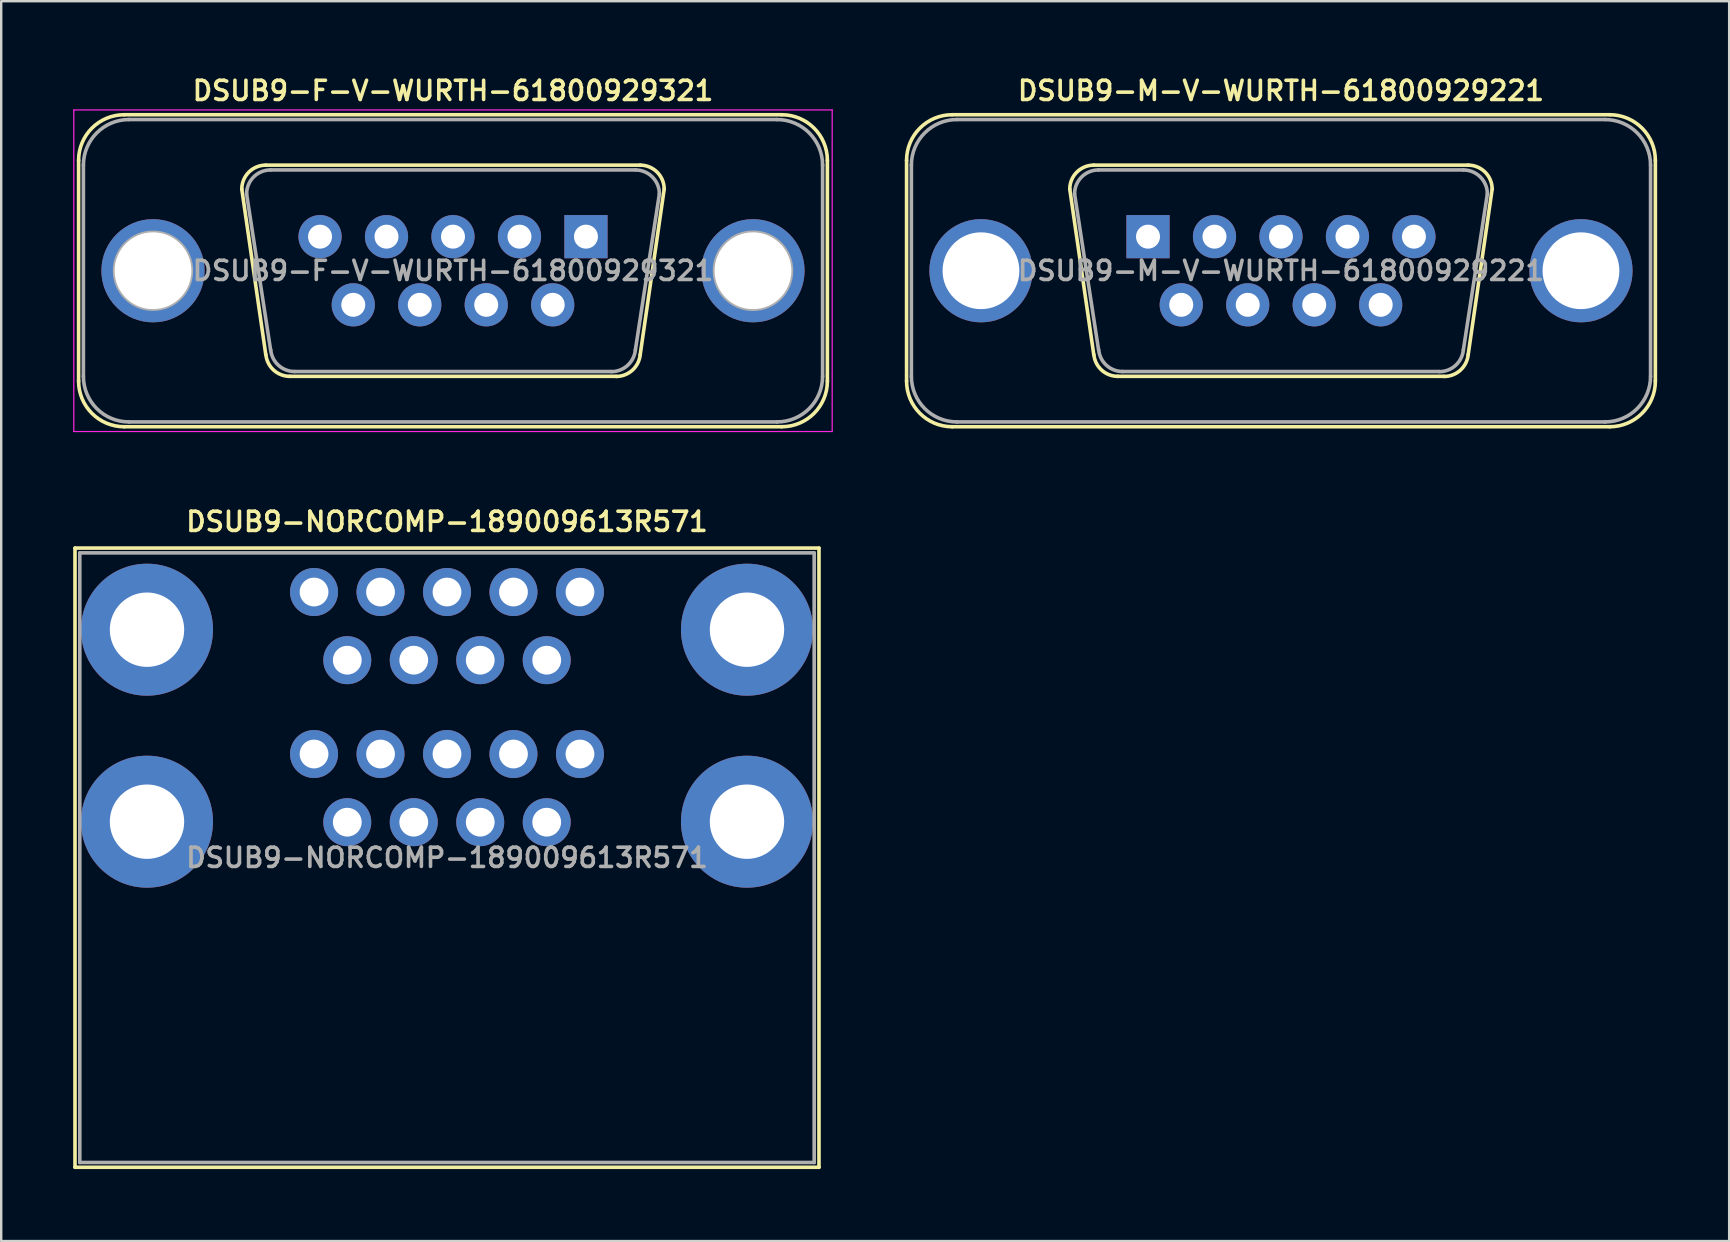
<source format=kicad_pcb>
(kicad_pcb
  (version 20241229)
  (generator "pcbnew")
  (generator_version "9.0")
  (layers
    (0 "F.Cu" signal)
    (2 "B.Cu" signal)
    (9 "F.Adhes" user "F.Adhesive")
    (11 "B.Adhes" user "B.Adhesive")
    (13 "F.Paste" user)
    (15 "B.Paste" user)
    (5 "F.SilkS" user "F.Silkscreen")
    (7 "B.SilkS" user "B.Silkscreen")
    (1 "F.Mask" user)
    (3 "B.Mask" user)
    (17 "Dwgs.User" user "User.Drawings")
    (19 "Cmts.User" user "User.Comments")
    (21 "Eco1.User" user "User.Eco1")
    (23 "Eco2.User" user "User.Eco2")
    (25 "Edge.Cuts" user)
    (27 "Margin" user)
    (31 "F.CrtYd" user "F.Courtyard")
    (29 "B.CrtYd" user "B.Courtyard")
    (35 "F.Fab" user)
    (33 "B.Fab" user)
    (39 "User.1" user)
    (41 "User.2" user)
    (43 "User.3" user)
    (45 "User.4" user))
  (footprint "DSUB9-NORCOMP-189009613R571"
    (layer "F.Cu")
    (at 15.575 32.688)
    (property "Reference" "DSUB9-NORCOMP-189009613R571" (at 0 -14 0) (layer "F.SilkS") (effects (font (size 0.8 0.8) (thickness 0.15))))
    (attr through_hole)
    (fp_line (start -15.5 -12.9) (end 15.5 -12.9) (stroke (width 0.15) (type solid)) (layer "F.SilkS"))
    (fp_line (start -15.5 12.9) (end -15.5 -12.9) (stroke (width 0.15) (type solid)) (layer "F.SilkS"))
    (fp_line (start 15.5 -12.9) (end 15.5 12.9) (stroke (width 0.15) (type solid)) (layer "F.SilkS"))
    (fp_line (start 15.5 12.9) (end -15.5 12.9) (stroke (width 0.15) (type solid)) (layer "F.SilkS"))
    (fp_line (start -15.3 -12.7) (end -15.3 12.7) (stroke (width 0.15) (type solid)) (layer "F.Fab"))
    (fp_line (start -15.3 12.7) (end 15.3 12.7) (stroke (width 0.15) (type solid)) (layer "F.Fab"))
    (fp_line (start 15.3 -12.7) (end -15.3 -12.7) (stroke (width 0.15) (type solid)) (layer "F.Fab"))
    (fp_line (start 15.3 12.7) (end 15.3 -12.7) (stroke (width 0.15) (type solid)) (layer "F.Fab"))
    (fp_text user "${REFERENCE}" (at 0 0 0) (layer "F.Fab") (effects (font (size 0.8 0.8) (thickness 0.15))))
    (pad "1" thru_hole circle (at -5.54 -4.32) (size 2 2) (drill 1.2) (layers "*.Cu" "*.Mask"))
    (pad "2" thru_hole circle (at -2.77 -4.32) (size 2 2) (drill 1.2) (layers "*.Cu" "*.Mask"))
    (pad "3" thru_hole circle (at 0 -4.32) (size 2 2) (drill 1.2) (layers "*.Cu" "*.Mask"))
    (pad "4" thru_hole circle (at 2.77 -4.32) (size 2 2) (drill 1.2) (layers "*.Cu" "*.Mask"))
    (pad "5" thru_hole circle (at 5.54 -4.32) (size 2 2) (drill 1.2) (layers "*.Cu" "*.Mask"))
    (pad "6" thru_hole circle (at -4.155 -1.48) (size 2 2) (drill 1.2) (layers "*.Cu" "*.Mask"))
    (pad "7" thru_hole circle (at -1.385 -1.48) (size 2 2) (drill 1.2) (layers "*.Cu" "*.Mask"))
    (pad "8" thru_hole circle (at 1.385 -1.48) (size 2 2) (drill 1.2) (layers "*.Cu" "*.Mask"))
    (pad "9" thru_hole circle (at 4.155 -1.48) (size 2 2) (drill 1.2) (layers "*.Cu" "*.Mask"))
    (pad "10" thru_hole circle (at -5.54 -11.07) (size 2 2) (drill 1.2) (layers "*.Cu" "*.Mask"))
    (pad "11" thru_hole circle (at -2.77 -11.07) (size 2 2) (drill 1.2) (layers "*.Cu" "*.Mask"))
    (pad "12" thru_hole circle (at 0 -11.07) (size 2 2) (drill 1.2) (layers "*.Cu" "*.Mask"))
    (pad "13" thru_hole circle (at 2.77 -11.07) (size 2 2) (drill 1.2) (layers "*.Cu" "*.Mask"))
    (pad "14" thru_hole circle (at 5.54 -11.07) (size 2 2) (drill 1.2) (layers "*.Cu" "*.Mask"))
    (pad "15" thru_hole circle (at -4.155 -8.23) (size 2 2) (drill 1.2) (layers "*.Cu" "*.Mask"))
    (pad "16" thru_hole circle (at -1.385 -8.23) (size 2 2) (drill 1.2) (layers "*.Cu" "*.Mask"))
    (pad "17" thru_hole circle (at 1.385 -8.23) (size 2 2) (drill 1.2) (layers "*.Cu" "*.Mask"))
    (pad "18" thru_hole circle (at 4.155 -8.23) (size 2 2) (drill 1.2) (layers "*.Cu" "*.Mask"))
    (pad "19" thru_hole circle (at -12.5 -1.5) (size 5.5 5.5) (drill 3.1) (layers "*.Cu" "*.Mask"))
    (pad "20" thru_hole circle (at -12.5 -9.5) (size 5.5 5.5) (drill 3.1) (layers "*.Cu" "*.Mask"))
    (pad "21" thru_hole circle (at 12.5 -1.5) (size 5.5 5.5) (drill 3.1) (layers "*.Cu" "*.Mask"))
    (pad "22" thru_hole circle (at 12.5 -9.5) (size 5.5 5.5) (drill 3.1) (layers "*.Cu" "*.Mask")))
  (footprint "DSUB9-F-V-WURTH-61800929321"
    (layer "F.Cu")
    (at 15.825 8.231)
    (property "Reference" "DSUB9-F-V-WURTH-61800929321" (at 0 -7.5 0) (layer "F.SilkS") (effects (font (size 0.8 0.8) (thickness 0.15))))
    (attr through_hole)
    (fp_line (start -15.6 4.6) (end -15.6 -4.6) (stroke (width 0.15) (type solid)) (layer "F.SilkS"))
    (fp_line (start -13.7 -6.5) (end 13.7 -6.5) (stroke (width 0.15) (type solid)) (layer "F.SilkS"))
    (fp_line (start -7.8 -4.4) (end 7.8 -4.4) (stroke (width 0.15) (type solid)) (layer "F.SilkS"))
    (fp_line (start -7.8 3.5) (end -8.8 -3.4) (stroke (width 0.15) (type solid)) (layer "F.SilkS"))
    (fp_line (start 6.8 4.4) (end -6.8 4.4) (stroke (width 0.15) (type solid)) (layer "F.SilkS"))
    (fp_line (start 8.8 -3.4) (end 7.8 3.5) (stroke (width 0.15) (type solid)) (layer "F.SilkS"))
    (fp_line (start 13.7 6.5) (end -13.7 6.5) (stroke (width 0.15) (type solid)) (layer "F.SilkS"))
    (fp_line (start 15.6 -4.6) (end 15.6 4.6) (stroke (width 0.15) (type solid)) (layer "F.SilkS"))
    (fp_arc (start -15.6 -4.6) (mid -15.043503 -5.943503) (end -13.7 -6.5) (stroke (width 0.15) (type solid)) (layer "F.SilkS"))
    (fp_arc (start -13.7 6.5) (mid -15.043503 5.943503) (end -15.6 4.6) (stroke (width 0.15) (type solid)) (layer "F.SilkS"))
    (fp_arc (start -8.8 -3.4) (mid -8.507723 -4.10649) (end -7.801745 -4.399998) (stroke (width 0.15) (type solid)) (layer "F.SilkS"))
    (fp_arc (start -6.8 4.4) (mid -7.470427 4.141976) (end -7.794881 3.501056) (stroke (width 0.15) (type solid)) (layer "F.SilkS"))
    (fp_arc (start 7.8 -4.4) (mid 8.507107 -4.107107) (end 8.8 -3.4) (stroke (width 0.15) (type solid)) (layer "F.SilkS"))
    (fp_arc (start 7.8 3.5) (mid 7.474933 4.144624) (end 6.801568 4.404986) (stroke (width 0.15) (type solid)) (layer "F.SilkS"))
    (fp_arc (start 13.7 -6.5) (mid 15.043503 -5.943503) (end 15.6 -4.6) (stroke (width 0.15) (type solid)) (layer "F.SilkS"))
    (fp_arc (start 15.6 4.6) (mid 15.043503 5.943503) (end 13.7 6.5) (stroke (width 0.15) (type solid)) (layer "F.SilkS"))
    (fp_line (start -15.8 -6.7) (end 15.8 -6.7) (stroke (width 0.05) (type solid)) (layer "F.CrtYd"))
    (fp_line (start -15.8 6.7) (end -15.8 -6.7) (stroke (width 0.05) (type solid)) (layer "F.CrtYd"))
    (fp_line (start 15.8 -6.7) (end 15.8 6.7) (stroke (width 0.05) (type solid)) (layer "F.CrtYd"))
    (fp_line (start 15.8 6.7) (end -15.8 6.7) (stroke (width 0.05) (type solid)) (layer "F.CrtYd"))
    (fp_line (start -15.4 -4.4) (end -15.4 4.4) (stroke (width 0.15) (type solid)) (layer "F.Fab"))
    (fp_line (start -13.5 -6.3) (end 13.5 -6.3) (stroke (width 0.15) (type solid)) (layer "F.Fab"))
    (fp_line (start -8.6 -3.2) (end -7.6 3.3) (stroke (width 0.15) (type solid)) (layer "F.Fab"))
    (fp_line (start -7.6 -4.2) (end 7.6 -4.2) (stroke (width 0.15) (type solid)) (layer "F.Fab"))
    (fp_line (start -6.6 4.2) (end 6.6 4.2) (stroke (width 0.15) (type solid)) (layer "F.Fab"))
    (fp_line (start 8.6 -3.2) (end 7.6 3.3) (stroke (width 0.15) (type solid)) (layer "F.Fab"))
    (fp_line (start 13.5 6.3) (end -13.5 6.3) (stroke (width 0.15) (type solid)) (layer "F.Fab"))
    (fp_line (start 15.4 4.4) (end 15.4 -4.4) (stroke (width 0.15) (type solid)) (layer "F.Fab"))
    (fp_arc (start -15.4 -4.4) (mid -14.844675 -5.74233) (end -13.503316 -6.299997) (stroke (width 0.15) (type solid)) (layer "F.Fab"))
    (fp_arc (start -13.5 6.3) (mid -14.843503 5.743503) (end -15.4 4.4) (stroke (width 0.15) (type solid)) (layer "F.Fab"))
    (fp_arc (start -8.6 -3.2) (mid -8.307723 -3.90649) (end -7.601745 -4.199998) (stroke (width 0.15) (type solid)) (layer "F.Fab"))
    (fp_arc (start -6.6 4.2) (mid -7.270427 3.941976) (end -7.594881 3.301056) (stroke (width 0.15) (type solid)) (layer "F.Fab"))
    (fp_arc (start 7.6 -4.2) (mid 8.307107 -3.907107) (end 8.6 -3.2) (stroke (width 0.15) (type solid)) (layer "F.Fab"))
    (fp_arc (start 7.6 3.3) (mid 7.274933 3.944624) (end 6.601568 4.204986) (stroke (width 0.15) (type solid)) (layer "F.Fab"))
    (fp_arc (start 13.5 -6.3) (mid 14.843503 -5.743503) (end 15.4 -4.4) (stroke (width 0.15) (type solid)) (layer "F.Fab"))
    (fp_arc (start 15.4 4.4) (mid 14.843503 5.743503) (end 13.5 6.3) (stroke (width 0.15) (type solid)) (layer "F.Fab"))
    (fp_circle (center -12.5 0) (end -10.9 0) (stroke (width 0.15) (type solid)) (fill no) (layer "F.Fab"))
    (fp_circle (center -5.537 -1.42) (end -5.24 -1.42) (stroke (width 0.15) (type solid)) (fill no) (layer "F.Fab"))
    (fp_circle (center -4.155 1.42) (end -3.855 1.42) (stroke (width 0.15) (type solid)) (fill no) (layer "F.Fab"))
    (fp_circle (center -2.769 -1.42) (end -2.47 -1.42) (stroke (width 0.15) (type solid)) (fill no) (layer "F.Fab"))
    (fp_circle (center -1.385 1.42) (end -1.085 1.42) (stroke (width 0.15) (type solid)) (fill no) (layer "F.Fab"))
    (fp_circle (center 0 -1.42) (end 0.3 -1.42) (stroke (width 0.15) (type solid)) (fill no) (layer "F.Fab"))
    (fp_circle (center 1.385 1.42) (end 1.685 1.42) (stroke (width 0.15) (type solid)) (fill no) (layer "F.Fab"))
    (fp_circle (center 2.77 -1.42) (end 3.07 -1.42) (stroke (width 0.15) (type solid)) (fill no) (layer "F.Fab"))
    (fp_circle (center 4.155 1.42) (end 4.455 1.42) (stroke (width 0.15) (type solid)) (fill no) (layer "F.Fab"))
    (fp_circle (center 5.54 -1.42) (end 5.84 -1.42) (stroke (width 0.15) (type solid)) (fill no) (layer "F.Fab"))
    (fp_circle (center 12.5 0) (end 14.1 0.1) (stroke (width 0.15) (type solid)) (fill no) (layer "F.Fab"))
    (fp_text user "${REFERENCE}" (at 0 0 0) (layer "F.Fab") (effects (font (size 0.8 0.8) (thickness 0.15))))
    (pad "1" thru_hole rect (at 5.54 -1.42) (size 1.8 1.8) (drill 1) (layers "*.Cu" "*.Mask"))
    (pad "2" thru_hole circle (at 2.77 -1.42) (size 1.8 1.8) (drill 1) (layers "*.Cu" "*.Mask"))
    (pad "3" thru_hole circle (at 0 -1.42) (size 1.8 1.8) (drill 1) (layers "*.Cu" "*.Mask"))
    (pad "4" thru_hole circle (at -2.77 -1.42) (size 1.8 1.8) (drill 1) (layers "*.Cu" "*.Mask"))
    (pad "5" thru_hole circle (at -5.54 -1.42) (size 1.8 1.8) (drill 1) (layers "*.Cu" "*.Mask"))
    (pad "6" thru_hole circle (at 4.155 1.42) (size 1.8 1.8) (drill 1) (layers "*.Cu" "*.Mask"))
    (pad "7" thru_hole circle (at 1.385 1.42) (size 1.8 1.8) (drill 1) (layers "*.Cu" "*.Mask"))
    (pad "8" thru_hole circle (at -1.385 1.42) (size 1.8 1.8) (drill 1) (layers "*.Cu" "*.Mask"))
    (pad "9" thru_hole circle (at -4.155 1.42) (size 1.8 1.8) (drill 1) (layers "*.Cu" "*.Mask"))
    (pad "10" thru_hole circle (at -12.5 0) (size 4.3 4.3) (drill 3.2) (layers "*.Cu" "*.Mask"))
    (pad "11" thru_hole circle (at 12.5 0) (size 4.3 4.3) (drill 3.2) (layers "*.Cu" "*.Mask")))
  (footprint "DSUB9-M-V-WURTH-61800929221"
    (layer "F.Cu")
    (at 50.325 8.231)
    (property "Reference" "DSUB9-M-V-WURTH-61800929221" (at 0 -7.5 0) (layer "F.SilkS") (effects (font (size 0.8 0.8) (thickness 0.15))))
    (attr through_hole)
    (fp_line (start -15.6 4.6) (end -15.6 -4.6) (stroke (width 0.15) (type solid)) (layer "F.SilkS"))
    (fp_line (start -13.7 -6.5) (end 13.7 -6.5) (stroke (width 0.15) (type solid)) (layer "F.SilkS"))
    (fp_line (start -7.8 -4.4) (end 7.8 -4.4) (stroke (width 0.15) (type solid)) (layer "F.SilkS"))
    (fp_line (start -7.8 3.5) (end -8.8 -3.4) (stroke (width 0.15) (type solid)) (layer "F.SilkS"))
    (fp_line (start 6.8 4.4) (end -6.8 4.4) (stroke (width 0.15) (type solid)) (layer "F.SilkS"))
    (fp_line (start 8.8 -3.4) (end 7.8 3.5) (stroke (width 0.15) (type solid)) (layer "F.SilkS"))
    (fp_line (start 13.7 6.5) (end -13.7 6.5) (stroke (width 0.15) (type solid)) (layer "F.SilkS"))
    (fp_line (start 15.6 -4.6) (end 15.6 4.6) (stroke (width 0.15) (type solid)) (layer "F.SilkS"))
    (fp_arc (start -15.6 -4.6) (mid -15.043503 -5.943503) (end -13.7 -6.5) (stroke (width 0.15) (type solid)) (layer "F.SilkS"))
    (fp_arc (start -13.7 6.5) (mid -15.043503 5.943503) (end -15.6 4.6) (stroke (width 0.15) (type solid)) (layer "F.SilkS"))
    (fp_arc (start -8.8 -3.4) (mid -8.507723 -4.10649) (end -7.801745 -4.399998) (stroke (width 0.15) (type solid)) (layer "F.SilkS"))
    (fp_arc (start -6.8 4.4) (mid -7.470427 4.141976) (end -7.794881 3.501056) (stroke (width 0.15) (type solid)) (layer "F.SilkS"))
    (fp_arc (start 7.8 -4.4) (mid 8.507107 -4.107107) (end 8.8 -3.4) (stroke (width 0.15) (type solid)) (layer "F.SilkS"))
    (fp_arc (start 7.8 3.5) (mid 7.474933 4.144624) (end 6.801568 4.404986) (stroke (width 0.15) (type solid)) (layer "F.SilkS"))
    (fp_arc (start 13.7 -6.5) (mid 15.043503 -5.943503) (end 15.6 -4.6) (stroke (width 0.15) (type solid)) (layer "F.SilkS"))
    (fp_arc (start 15.6 4.6) (mid 15.043503 5.943503) (end 13.7 6.5) (stroke (width 0.15) (type solid)) (layer "F.SilkS"))
    (fp_line (start -15.4 -4.4) (end -15.4 4.4) (stroke (width 0.15) (type solid)) (layer "F.Fab"))
    (fp_line (start -13.5 -6.3) (end 13.5 -6.3) (stroke (width 0.15) (type solid)) (layer "F.Fab"))
    (fp_line (start -8.6 -3.2) (end -7.6 3.3) (stroke (width 0.15) (type solid)) (layer "F.Fab"))
    (fp_line (start -7.6 -4.2) (end 7.6 -4.2) (stroke (width 0.15) (type solid)) (layer "F.Fab"))
    (fp_line (start -6.6 4.2) (end 6.6 4.2) (stroke (width 0.15) (type solid)) (layer "F.Fab"))
    (fp_line (start 8.6 -3.2) (end 7.6 3.3) (stroke (width 0.15) (type solid)) (layer "F.Fab"))
    (fp_line (start 13.5 6.3) (end -13.5 6.3) (stroke (width 0.15) (type solid)) (layer "F.Fab"))
    (fp_line (start 15.4 4.4) (end 15.4 -4.4) (stroke (width 0.15) (type solid)) (layer "F.Fab"))
    (fp_arc (start -15.4 -4.4) (mid -14.844675 -5.74233) (end -13.503316 -6.299997) (stroke (width 0.15) (type solid)) (layer "F.Fab"))
    (fp_arc (start -13.5 6.3) (mid -14.843503 5.743503) (end -15.4 4.4) (stroke (width 0.15) (type solid)) (layer "F.Fab"))
    (fp_arc (start -8.6 -3.2) (mid -8.307723 -3.90649) (end -7.601745 -4.199998) (stroke (width 0.15) (type solid)) (layer "F.Fab"))
    (fp_arc (start -6.6 4.2) (mid -7.270427 3.941976) (end -7.594881 3.301056) (stroke (width 0.15) (type solid)) (layer "F.Fab"))
    (fp_arc (start 7.6 -4.2) (mid 8.307107 -3.907107) (end 8.6 -3.2) (stroke (width 0.15) (type solid)) (layer "F.Fab"))
    (fp_arc (start 7.6 3.3) (mid 7.274933 3.944624) (end 6.601568 4.204986) (stroke (width 0.15) (type solid)) (layer "F.Fab"))
    (fp_arc (start 13.5 -6.3) (mid 14.843503 -5.743503) (end 15.4 -4.4) (stroke (width 0.15) (type solid)) (layer "F.Fab"))
    (fp_arc (start 15.4 4.4) (mid 14.843503 5.743503) (end 13.5 6.3) (stroke (width 0.15) (type solid)) (layer "F.Fab"))
    (fp_text user "${REFERENCE}" (at 0 0 0) (layer "F.Fab") (effects (font (size 0.8 0.8) (thickness 0.15))))
    (pad "" np_thru_hole circle (at -12.5 0) (size 4.3 4.3) (drill 3.2) (layers "*.Cu" "*.Mask"))
    (pad "" np_thru_hole circle (at 12.5 0) (size 4.3 4.3) (drill 3.2) (layers "*.Cu" "*.Mask"))
    (pad "1" thru_hole rect (at -5.54 -1.42) (size 1.8 1.8) (drill 1) (layers "*.Cu" "*.Mask"))
    (pad "2" thru_hole circle (at -2.77 -1.42) (size 1.8 1.8) (drill 1) (layers "*.Cu" "*.Mask"))
    (pad "3" thru_hole circle (at 0 -1.42) (size 1.8 1.8) (drill 1) (layers "*.Cu" "*.Mask"))
    (pad "4" thru_hole circle (at 2.77 -1.42) (size 1.8 1.8) (drill 1) (layers "*.Cu" "*.Mask"))
    (pad "5" thru_hole circle (at 5.54 -1.42) (size 1.8 1.8) (drill 1) (layers "*.Cu" "*.Mask"))
    (pad "6" thru_hole circle (at -4.155 1.42) (size 1.8 1.8) (drill 1) (layers "*.Cu" "*.Mask"))
    (pad "7" thru_hole circle (at -1.385 1.42) (size 1.8 1.8) (drill 1) (layers "*.Cu" "*.Mask"))
    (pad "8" thru_hole circle (at 1.385 1.42) (size 1.8 1.8) (drill 1) (layers "*.Cu" "*.Mask"))
    (pad "9" thru_hole circle (at 4.155 1.42) (size 1.8 1.8) (drill 1) (layers "*.Cu" "*.Mask")))
  (gr_rect
    (start -3 -3)
    (end 69 48.663)
    (stroke (width 0.1) (type default))
    (fill no)
    (layer "Edge.Cuts")))
</source>
